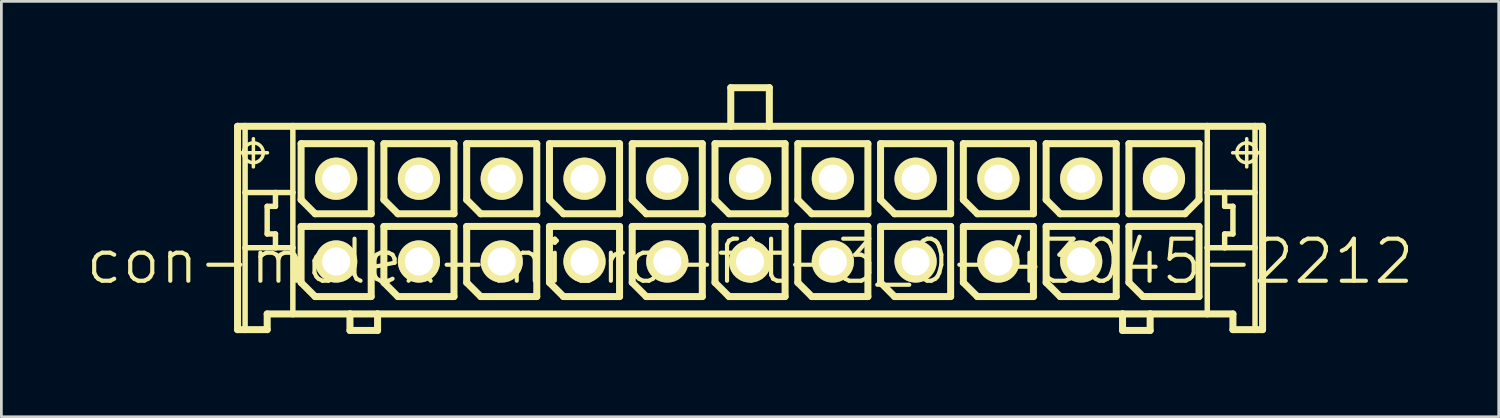
<source format=kicad_pcb>
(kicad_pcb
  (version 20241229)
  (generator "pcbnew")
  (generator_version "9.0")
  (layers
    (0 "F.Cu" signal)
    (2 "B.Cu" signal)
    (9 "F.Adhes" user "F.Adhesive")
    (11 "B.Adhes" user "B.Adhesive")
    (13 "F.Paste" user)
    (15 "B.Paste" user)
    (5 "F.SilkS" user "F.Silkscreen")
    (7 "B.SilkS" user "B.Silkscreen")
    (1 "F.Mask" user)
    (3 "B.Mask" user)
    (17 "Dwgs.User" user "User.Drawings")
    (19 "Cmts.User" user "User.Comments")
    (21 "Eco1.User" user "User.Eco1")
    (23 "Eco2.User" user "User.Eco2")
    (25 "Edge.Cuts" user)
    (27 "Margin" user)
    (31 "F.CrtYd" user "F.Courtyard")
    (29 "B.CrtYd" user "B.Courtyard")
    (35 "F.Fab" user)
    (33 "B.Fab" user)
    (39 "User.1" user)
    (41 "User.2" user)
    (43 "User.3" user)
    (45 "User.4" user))
  (footprint "con-molex-micro-fit-3_0-43045-2212"
    (layer "F.Cu")
    (at 24.13 6.426)
    (property "Reference" "con-molex-micro-fit-3_0-43045-2212" (at 0 0 0) (layer "F.SilkS") (effects (font (size 1.524 1.524) (thickness 0.15))))
    (attr exclude_from_pos_files exclude_from_bom)
    (fp_line (start -18.572 -4.9) (end -18.298 -4.9) (stroke (width 0.254) (type solid)) (layer "F.SilkS"))
    (fp_line (start -18.572 2.469) (end -18.572 -4.9) (stroke (width 0.254) (type solid)) (layer "F.SilkS"))
    (fp_line (start -18.509 -3.94) (end -17.488 -3.94) (stroke (width 0.127) (type solid)) (layer "F.SilkS"))
    (fp_line (start -18.298 -4.9) (end -16.568 -4.9) (stroke (width 0.254) (type solid)) (layer "F.SilkS"))
    (fp_line (start -18.298 -2.499) (end -18.298 -4.9) (stroke (width 0.198) (type solid)) (layer "F.SilkS"))
    (fp_line (start -18.298 -0.498) (end -18.298 -2.499) (stroke (width 0.198) (type solid)) (layer "F.SilkS"))
    (fp_line (start -18.298 2.469) (end -18.572 2.469) (stroke (width 0.254) (type solid)) (layer "F.SilkS"))
    (fp_line (start -18.298 2.469) (end -18.298 -0.498) (stroke (width 0.198) (type solid)) (layer "F.SilkS"))
    (fp_line (start -17.998 -3.429) (end -17.998 -4.448) (stroke (width 0.127) (type solid)) (layer "F.SilkS"))
    (fp_line (start -17.498 -1.999) (end -17.498 -0.998) (stroke (width 0.198) (type solid)) (layer "F.SilkS"))
    (fp_line (start -17.498 -0.998) (end -17.198 -0.998) (stroke (width 0.198) (type solid)) (layer "F.SilkS"))
    (fp_line (start -17.498 1.9) (end -17.498 2.469) (stroke (width 0.254) (type solid)) (layer "F.SilkS"))
    (fp_line (start -17.498 2.469) (end -18.298 2.469) (stroke (width 0.254) (type solid)) (layer "F.SilkS"))
    (fp_line (start -17.198 -2.499) (end -18.298 -2.499) (stroke (width 0.198) (type solid)) (layer "F.SilkS"))
    (fp_line (start -17.198 -2.499) (end -17.198 -1.999) (stroke (width 0.198) (type solid)) (layer "F.SilkS"))
    (fp_line (start -17.198 -1.999) (end -17.498 -1.999) (stroke (width 0.198) (type solid)) (layer "F.SilkS"))
    (fp_line (start -17.198 -0.998) (end -17.198 -0.498) (stroke (width 0.198) (type solid)) (layer "F.SilkS"))
    (fp_line (start -17.198 -0.498) (end -18.298 -0.498) (stroke (width 0.198) (type solid)) (layer "F.SilkS"))
    (fp_line (start -16.568 -4.9) (end -0.699 -4.9) (stroke (width 0.254) (type solid)) (layer "F.SilkS"))
    (fp_line (start -16.568 -2.499) (end -17.198 -2.499) (stroke (width 0.198) (type solid)) (layer "F.SilkS"))
    (fp_line (start -16.568 -2.499) (end -16.568 -4.9) (stroke (width 0.198) (type solid)) (layer "F.SilkS"))
    (fp_line (start -16.568 -0.498) (end -17.198 -0.498) (stroke (width 0.198) (type solid)) (layer "F.SilkS"))
    (fp_line (start -16.568 -0.498) (end -16.568 -2.499) (stroke (width 0.198) (type solid)) (layer "F.SilkS"))
    (fp_line (start -16.568 1.9) (end -17.498 1.9) (stroke (width 0.254) (type solid)) (layer "F.SilkS"))
    (fp_line (start -16.568 1.9) (end -16.568 -0.498) (stroke (width 0.198) (type solid)) (layer "F.SilkS"))
    (fp_line (start -16.269 -4.27) (end -13.729 -4.27) (stroke (width 0.254) (type solid)) (layer "F.SilkS"))
    (fp_line (start -16.269 -2.238) (end -16.269 -4.27) (stroke (width 0.254) (type solid)) (layer "F.SilkS"))
    (fp_line (start -16.269 -1.27) (end -13.729 -1.27) (stroke (width 0.254) (type solid)) (layer "F.SilkS"))
    (fp_line (start -16.269 0.762) (end -16.269 -1.27) (stroke (width 0.254) (type solid)) (layer "F.SilkS"))
    (fp_line (start -15.761 -1.73) (end -16.269 -2.238) (stroke (width 0.254) (type solid)) (layer "F.SilkS"))
    (fp_line (start -15.761 1.27) (end -16.269 0.762) (stroke (width 0.254) (type solid)) (layer "F.SilkS"))
    (fp_line (start -14.498 1.9) (end -16.568 1.9) (stroke (width 0.254) (type solid)) (layer "F.SilkS"))
    (fp_line (start -14.498 1.9) (end -14.498 2.499) (stroke (width 0.254) (type solid)) (layer "F.SilkS"))
    (fp_line (start -14.498 2.499) (end -13.498 2.499) (stroke (width 0.254) (type solid)) (layer "F.SilkS"))
    (fp_line (start -13.729 -4.27) (end -13.729 -1.73) (stroke (width 0.254) (type solid)) (layer "F.SilkS"))
    (fp_line (start -13.729 -1.73) (end -15.761 -1.73) (stroke (width 0.254) (type solid)) (layer "F.SilkS"))
    (fp_line (start -13.729 -1.27) (end -13.729 1.27) (stroke (width 0.254) (type solid)) (layer "F.SilkS"))
    (fp_line (start -13.729 1.27) (end -15.761 1.27) (stroke (width 0.254) (type solid)) (layer "F.SilkS"))
    (fp_line (start -13.498 1.9) (end -14.498 1.9) (stroke (width 0.254) (type solid)) (layer "F.SilkS"))
    (fp_line (start -13.498 2.499) (end -13.498 1.9) (stroke (width 0.254) (type solid)) (layer "F.SilkS"))
    (fp_line (start -13.269 -4.27) (end -10.729 -4.27) (stroke (width 0.254) (type solid)) (layer "F.SilkS"))
    (fp_line (start -13.269 -2.238) (end -13.269 -4.27) (stroke (width 0.254) (type solid)) (layer "F.SilkS"))
    (fp_line (start -13.269 -1.27) (end -10.729 -1.27) (stroke (width 0.254) (type solid)) (layer "F.SilkS"))
    (fp_line (start -13.269 0.762) (end -13.269 -1.27) (stroke (width 0.254) (type solid)) (layer "F.SilkS"))
    (fp_line (start -12.761 -1.73) (end -13.269 -2.238) (stroke (width 0.254) (type solid)) (layer "F.SilkS"))
    (fp_line (start -12.761 1.27) (end -13.269 0.762) (stroke (width 0.254) (type solid)) (layer "F.SilkS"))
    (fp_line (start -10.729 -4.27) (end -10.729 -1.73) (stroke (width 0.254) (type solid)) (layer "F.SilkS"))
    (fp_line (start -10.729 -1.73) (end -12.761 -1.73) (stroke (width 0.254) (type solid)) (layer "F.SilkS"))
    (fp_line (start -10.729 -1.27) (end -10.729 1.27) (stroke (width 0.254) (type solid)) (layer "F.SilkS"))
    (fp_line (start -10.729 1.27) (end -12.761 1.27) (stroke (width 0.254) (type solid)) (layer "F.SilkS"))
    (fp_line (start -10.269 -4.27) (end -7.729 -4.27) (stroke (width 0.254) (type solid)) (layer "F.SilkS"))
    (fp_line (start -10.269 -2.238) (end -10.269 -4.27) (stroke (width 0.254) (type solid)) (layer "F.SilkS"))
    (fp_line (start -10.269 -1.27) (end -7.729 -1.27) (stroke (width 0.254) (type solid)) (layer "F.SilkS"))
    (fp_line (start -10.269 0.762) (end -10.269 -1.27) (stroke (width 0.254) (type solid)) (layer "F.SilkS"))
    (fp_line (start -9.761 -1.73) (end -10.269 -2.238) (stroke (width 0.254) (type solid)) (layer "F.SilkS"))
    (fp_line (start -9.761 1.27) (end -10.269 0.762) (stroke (width 0.254) (type solid)) (layer "F.SilkS"))
    (fp_line (start -7.729 -4.27) (end -7.729 -1.73) (stroke (width 0.254) (type solid)) (layer "F.SilkS"))
    (fp_line (start -7.729 -1.73) (end -9.761 -1.73) (stroke (width 0.254) (type solid)) (layer "F.SilkS"))
    (fp_line (start -7.729 -1.27) (end -7.729 1.27) (stroke (width 0.254) (type solid)) (layer "F.SilkS"))
    (fp_line (start -7.729 1.27) (end -9.761 1.27) (stroke (width 0.254) (type solid)) (layer "F.SilkS"))
    (fp_line (start -7.269 -4.27) (end -4.729 -4.27) (stroke (width 0.254) (type solid)) (layer "F.SilkS"))
    (fp_line (start -7.269 -2.238) (end -7.269 -4.27) (stroke (width 0.254) (type solid)) (layer "F.SilkS"))
    (fp_line (start -7.269 -1.27) (end -4.729 -1.27) (stroke (width 0.254) (type solid)) (layer "F.SilkS"))
    (fp_line (start -7.269 0.762) (end -7.269 -1.27) (stroke (width 0.254) (type solid)) (layer "F.SilkS"))
    (fp_line (start -6.761 -1.73) (end -7.269 -2.238) (stroke (width 0.254) (type solid)) (layer "F.SilkS"))
    (fp_line (start -6.761 1.27) (end -7.269 0.762) (stroke (width 0.254) (type solid)) (layer "F.SilkS"))
    (fp_line (start -4.729 -4.27) (end -4.729 -1.73) (stroke (width 0.254) (type solid)) (layer "F.SilkS"))
    (fp_line (start -4.729 -1.73) (end -6.761 -1.73) (stroke (width 0.254) (type solid)) (layer "F.SilkS"))
    (fp_line (start -4.729 -1.27) (end -4.729 1.27) (stroke (width 0.254) (type solid)) (layer "F.SilkS"))
    (fp_line (start -4.729 1.27) (end -6.761 1.27) (stroke (width 0.254) (type solid)) (layer "F.SilkS"))
    (fp_line (start -4.27 -4.27) (end -1.73 -4.27) (stroke (width 0.254) (type solid)) (layer "F.SilkS"))
    (fp_line (start -4.27 -2.238) (end -4.27 -4.27) (stroke (width 0.254) (type solid)) (layer "F.SilkS"))
    (fp_line (start -4.27 -1.27) (end -1.73 -1.27) (stroke (width 0.254) (type solid)) (layer "F.SilkS"))
    (fp_line (start -4.27 0.762) (end -4.27 -1.27) (stroke (width 0.254) (type solid)) (layer "F.SilkS"))
    (fp_line (start -3.762 -1.73) (end -4.27 -2.238) (stroke (width 0.254) (type solid)) (layer "F.SilkS"))
    (fp_line (start -3.762 1.27) (end -4.27 0.762) (stroke (width 0.254) (type solid)) (layer "F.SilkS"))
    (fp_line (start -1.73 -4.27) (end -1.73 -1.73) (stroke (width 0.254) (type solid)) (layer "F.SilkS"))
    (fp_line (start -1.73 -1.73) (end -3.762 -1.73) (stroke (width 0.254) (type solid)) (layer "F.SilkS"))
    (fp_line (start -1.73 -1.27) (end -1.73 1.27) (stroke (width 0.254) (type solid)) (layer "F.SilkS"))
    (fp_line (start -1.73 1.27) (end -3.762 1.27) (stroke (width 0.254) (type solid)) (layer "F.SilkS"))
    (fp_line (start -1.27 -4.27) (end 1.27 -4.27) (stroke (width 0.254) (type solid)) (layer "F.SilkS"))
    (fp_line (start -1.27 -2.238) (end -1.27 -4.27) (stroke (width 0.254) (type solid)) (layer "F.SilkS"))
    (fp_line (start -1.27 -1.27) (end 1.27 -1.27) (stroke (width 0.254) (type solid)) (layer "F.SilkS"))
    (fp_line (start -1.27 0.762) (end -1.27 -1.27) (stroke (width 0.254) (type solid)) (layer "F.SilkS"))
    (fp_line (start -0.762 -1.73) (end -1.27 -2.238) (stroke (width 0.254) (type solid)) (layer "F.SilkS"))
    (fp_line (start -0.762 1.27) (end -1.27 0.762) (stroke (width 0.254) (type solid)) (layer "F.SilkS"))
    (fp_line (start -0.699 -6.299) (end -0.699 -4.9) (stroke (width 0.254) (type solid)) (layer "F.SilkS"))
    (fp_line (start -0.699 -6.299) (end 0.699 -6.299) (stroke (width 0.254) (type solid)) (layer "F.SilkS"))
    (fp_line (start -0.699 -4.9) (end 0.699 -4.9) (stroke (width 0.254) (type solid)) (layer "F.SilkS"))
    (fp_line (start 0.699 -6.299) (end 0.699 -4.9) (stroke (width 0.254) (type solid)) (layer "F.SilkS"))
    (fp_line (start 0.699 -4.9) (end 16.568 -4.9) (stroke (width 0.254) (type solid)) (layer "F.SilkS"))
    (fp_line (start 1.27 -4.27) (end 1.27 -1.73) (stroke (width 0.254) (type solid)) (layer "F.SilkS"))
    (fp_line (start 1.27 -1.73) (end -0.762 -1.73) (stroke (width 0.254) (type solid)) (layer "F.SilkS"))
    (fp_line (start 1.27 -1.27) (end 1.27 1.27) (stroke (width 0.254) (type solid)) (layer "F.SilkS"))
    (fp_line (start 1.27 1.27) (end -0.762 1.27) (stroke (width 0.254) (type solid)) (layer "F.SilkS"))
    (fp_line (start 1.73 -4.27) (end 4.27 -4.27) (stroke (width 0.254) (type solid)) (layer "F.SilkS"))
    (fp_line (start 1.73 -2.238) (end 1.73 -4.27) (stroke (width 0.254) (type solid)) (layer "F.SilkS"))
    (fp_line (start 1.73 -1.27) (end 4.27 -1.27) (stroke (width 0.254) (type solid)) (layer "F.SilkS"))
    (fp_line (start 1.73 0.762) (end 1.73 -1.27) (stroke (width 0.254) (type solid)) (layer "F.SilkS"))
    (fp_line (start 2.238 -1.73) (end 1.73 -2.238) (stroke (width 0.254) (type solid)) (layer "F.SilkS"))
    (fp_line (start 2.238 1.27) (end 1.73 0.762) (stroke (width 0.254) (type solid)) (layer "F.SilkS"))
    (fp_line (start 4.27 -4.27) (end 4.27 -1.73) (stroke (width 0.254) (type solid)) (layer "F.SilkS"))
    (fp_line (start 4.27 -1.73) (end 2.238 -1.73) (stroke (width 0.254) (type solid)) (layer "F.SilkS"))
    (fp_line (start 4.27 -1.27) (end 4.27 1.27) (stroke (width 0.254) (type solid)) (layer "F.SilkS"))
    (fp_line (start 4.27 1.27) (end 2.238 1.27) (stroke (width 0.254) (type solid)) (layer "F.SilkS"))
    (fp_line (start 4.729 -4.27) (end 7.269 -4.27) (stroke (width 0.254) (type solid)) (layer "F.SilkS"))
    (fp_line (start 4.729 -2.238) (end 4.729 -4.27) (stroke (width 0.254) (type solid)) (layer "F.SilkS"))
    (fp_line (start 4.729 -1.27) (end 7.269 -1.27) (stroke (width 0.254) (type solid)) (layer "F.SilkS"))
    (fp_line (start 4.729 0.762) (end 4.729 -1.27) (stroke (width 0.254) (type solid)) (layer "F.SilkS"))
    (fp_line (start 5.237 -1.73) (end 4.729 -2.238) (stroke (width 0.254) (type solid)) (layer "F.SilkS"))
    (fp_line (start 5.237 1.27) (end 4.729 0.762) (stroke (width 0.254) (type solid)) (layer "F.SilkS"))
    (fp_line (start 7.269 -4.27) (end 7.269 -1.73) (stroke (width 0.254) (type solid)) (layer "F.SilkS"))
    (fp_line (start 7.269 -1.73) (end 5.237 -1.73) (stroke (width 0.254) (type solid)) (layer "F.SilkS"))
    (fp_line (start 7.269 -1.27) (end 7.269 1.27) (stroke (width 0.254) (type solid)) (layer "F.SilkS"))
    (fp_line (start 7.269 1.27) (end 5.237 1.27) (stroke (width 0.254) (type solid)) (layer "F.SilkS"))
    (fp_line (start 7.729 -4.27) (end 10.269 -4.27) (stroke (width 0.254) (type solid)) (layer "F.SilkS"))
    (fp_line (start 7.729 -2.238) (end 7.729 -4.27) (stroke (width 0.254) (type solid)) (layer "F.SilkS"))
    (fp_line (start 7.729 -1.27) (end 10.269 -1.27) (stroke (width 0.254) (type solid)) (layer "F.SilkS"))
    (fp_line (start 7.729 0.762) (end 7.729 -1.27) (stroke (width 0.254) (type solid)) (layer "F.SilkS"))
    (fp_line (start 8.237 -1.73) (end 7.729 -2.238) (stroke (width 0.254) (type solid)) (layer "F.SilkS"))
    (fp_line (start 8.237 1.27) (end 7.729 0.762) (stroke (width 0.254) (type solid)) (layer "F.SilkS"))
    (fp_line (start 10.269 -4.27) (end 10.269 -1.73) (stroke (width 0.254) (type solid)) (layer "F.SilkS"))
    (fp_line (start 10.269 -1.73) (end 8.237 -1.73) (stroke (width 0.254) (type solid)) (layer "F.SilkS"))
    (fp_line (start 10.269 -1.27) (end 10.269 1.27) (stroke (width 0.254) (type solid)) (layer "F.SilkS"))
    (fp_line (start 10.269 1.27) (end 8.237 1.27) (stroke (width 0.254) (type solid)) (layer "F.SilkS"))
    (fp_line (start 10.729 -4.27) (end 13.269 -4.27) (stroke (width 0.254) (type solid)) (layer "F.SilkS"))
    (fp_line (start 10.729 -2.238) (end 10.729 -4.27) (stroke (width 0.254) (type solid)) (layer "F.SilkS"))
    (fp_line (start 10.729 -1.27) (end 13.269 -1.27) (stroke (width 0.254) (type solid)) (layer "F.SilkS"))
    (fp_line (start 10.729 0.762) (end 10.729 -1.27) (stroke (width 0.254) (type solid)) (layer "F.SilkS"))
    (fp_line (start 11.237 -1.73) (end 10.729 -2.238) (stroke (width 0.254) (type solid)) (layer "F.SilkS"))
    (fp_line (start 11.237 1.27) (end 10.729 0.762) (stroke (width 0.254) (type solid)) (layer "F.SilkS"))
    (fp_line (start 13.269 -4.27) (end 13.269 -1.73) (stroke (width 0.254) (type solid)) (layer "F.SilkS"))
    (fp_line (start 13.269 -1.73) (end 11.237 -1.73) (stroke (width 0.254) (type solid)) (layer "F.SilkS"))
    (fp_line (start 13.269 -1.27) (end 13.269 1.27) (stroke (width 0.254) (type solid)) (layer "F.SilkS"))
    (fp_line (start 13.269 1.27) (end 11.237 1.27) (stroke (width 0.254) (type solid)) (layer "F.SilkS"))
    (fp_line (start 13.498 1.9) (end -13.498 1.9) (stroke (width 0.254) (type solid)) (layer "F.SilkS"))
    (fp_line (start 13.498 1.9) (end 13.498 2.499) (stroke (width 0.254) (type solid)) (layer "F.SilkS"))
    (fp_line (start 13.498 2.499) (end 14.498 2.499) (stroke (width 0.254) (type solid)) (layer "F.SilkS"))
    (fp_line (start 13.729 -4.27) (end 13.729 -1.73) (stroke (width 0.254) (type solid)) (layer "F.SilkS"))
    (fp_line (start 13.729 -1.73) (end 15.761 -1.73) (stroke (width 0.254) (type solid)) (layer "F.SilkS"))
    (fp_line (start 13.729 -1.27) (end 16.269 -1.27) (stroke (width 0.254) (type solid)) (layer "F.SilkS"))
    (fp_line (start 13.729 0.762) (end 13.729 -1.27) (stroke (width 0.254) (type solid)) (layer "F.SilkS"))
    (fp_line (start 14.237 1.27) (end 13.729 0.762) (stroke (width 0.254) (type solid)) (layer "F.SilkS"))
    (fp_line (start 14.498 1.9) (end 13.498 1.9) (stroke (width 0.254) (type solid)) (layer "F.SilkS"))
    (fp_line (start 14.498 2.499) (end 14.498 1.9) (stroke (width 0.254) (type solid)) (layer "F.SilkS"))
    (fp_line (start 15.761 -1.73) (end 16.269 -2.238) (stroke (width 0.254) (type solid)) (layer "F.SilkS"))
    (fp_line (start 16.269 -4.27) (end 13.729 -4.27) (stroke (width 0.254) (type solid)) (layer "F.SilkS"))
    (fp_line (start 16.269 -2.238) (end 16.269 -4.27) (stroke (width 0.254) (type solid)) (layer "F.SilkS"))
    (fp_line (start 16.269 -1.27) (end 16.269 1.27) (stroke (width 0.254) (type solid)) (layer "F.SilkS"))
    (fp_line (start 16.269 1.27) (end 14.237 1.27) (stroke (width 0.254) (type solid)) (layer "F.SilkS"))
    (fp_line (start 16.568 -4.9) (end 16.568 -2.499) (stroke (width 0.198) (type solid)) (layer "F.SilkS"))
    (fp_line (start 16.568 -4.9) (end 18.298 -4.9) (stroke (width 0.254) (type solid)) (layer "F.SilkS"))
    (fp_line (start 16.568 -2.499) (end 16.568 -0.498) (stroke (width 0.198) (type solid)) (layer "F.SilkS"))
    (fp_line (start 16.568 -2.499) (end 17.198 -2.499) (stroke (width 0.198) (type solid)) (layer "F.SilkS"))
    (fp_line (start 16.568 -0.498) (end 16.568 1.9) (stroke (width 0.198) (type solid)) (layer "F.SilkS"))
    (fp_line (start 16.568 -0.498) (end 17.198 -0.498) (stroke (width 0.198) (type solid)) (layer "F.SilkS"))
    (fp_line (start 16.568 1.9) (end 14.498 1.9) (stroke (width 0.254) (type solid)) (layer "F.SilkS"))
    (fp_line (start 17.198 -2.499) (end 17.198 -1.999) (stroke (width 0.198) (type solid)) (layer "F.SilkS"))
    (fp_line (start 17.198 -2.499) (end 18.298 -2.499) (stroke (width 0.198) (type solid)) (layer "F.SilkS"))
    (fp_line (start 17.198 -1.999) (end 17.498 -1.999) (stroke (width 0.198) (type solid)) (layer "F.SilkS"))
    (fp_line (start 17.198 -0.998) (end 17.198 -0.498) (stroke (width 0.198) (type solid)) (layer "F.SilkS"))
    (fp_line (start 17.198 -0.498) (end 18.298 -0.498) (stroke (width 0.198) (type solid)) (layer "F.SilkS"))
    (fp_line (start 17.488 -3.94) (end 18.509 -3.94) (stroke (width 0.127) (type solid)) (layer "F.SilkS"))
    (fp_line (start 17.498 -1.999) (end 17.498 -0.998) (stroke (width 0.198) (type solid)) (layer "F.SilkS"))
    (fp_line (start 17.498 -0.998) (end 17.198 -0.998) (stroke (width 0.198) (type solid)) (layer "F.SilkS"))
    (fp_line (start 17.498 1.9) (end 16.568 1.9) (stroke (width 0.254) (type solid)) (layer "F.SilkS"))
    (fp_line (start 17.498 2.469) (end 17.498 1.9) (stroke (width 0.254) (type solid)) (layer "F.SilkS"))
    (fp_line (start 17.498 2.469) (end 18.298 2.469) (stroke (width 0.254) (type solid)) (layer "F.SilkS"))
    (fp_line (start 17.998 -3.429) (end 17.998 -4.448) (stroke (width 0.127) (type solid)) (layer "F.SilkS"))
    (fp_line (start 18.298 -4.9) (end 18.572 -4.9) (stroke (width 0.254) (type solid)) (layer "F.SilkS"))
    (fp_line (start 18.298 -2.499) (end 18.298 -4.9) (stroke (width 0.198) (type solid)) (layer "F.SilkS"))
    (fp_line (start 18.298 -0.498) (end 18.298 -2.499) (stroke (width 0.198) (type solid)) (layer "F.SilkS"))
    (fp_line (start 18.298 2.469) (end 18.298 -0.498) (stroke (width 0.198) (type solid)) (layer "F.SilkS"))
    (fp_line (start 18.298 2.469) (end 18.572 2.469) (stroke (width 0.254) (type solid)) (layer "F.SilkS"))
    (fp_line (start 18.572 -4.9) (end 18.572 2.469) (stroke (width 0.254) (type solid)) (layer "F.SilkS"))
    (fp_circle (center -17.998 -3.94) (end -18.252 -4.194) (stroke (width 0.127) (type solid)) (fill no) (layer "F.SilkS"))
    (fp_circle (center 17.998 -3.94) (end 18.252 -4.194) (stroke (width 0.127) (type solid)) (fill no) (layer "F.SilkS"))
    (pad "P$1" thru_hole rect (at 14.999 0) (size 0.001 0.001) (drill 1.019) (layers "*.Cu" "F.Mask" "F.SilkS" "F.Paste"))
    (pad "P$2" thru_hole circle (at 11.999 0) (size 1.529 1.529) (drill 1.019) (layers "*.Cu" "F.Mask" "F.SilkS" "F.Paste"))
    (pad "P$3" thru_hole circle (at 8.999 0) (size 1.529 1.529) (drill 1.019) (layers "*.Cu" "F.Mask" "F.SilkS" "F.Paste"))
    (pad "P$4" thru_hole circle (at 5.999 0) (size 1.529 1.529) (drill 1.019) (layers "*.Cu" "F.Mask" "F.SilkS" "F.Paste"))
    (pad "P$5" thru_hole circle (at 3 0) (size 1.529 1.529) (drill 1.019) (layers "*.Cu" "F.Mask" "F.SilkS" "F.Paste"))
    (pad "P$6" thru_hole circle (at 0 0) (size 1.529 1.529) (drill 1.019) (layers "*.Cu" "F.Mask" "F.SilkS" "F.Paste"))
    (pad "P$7" thru_hole circle (at -3 0) (size 1.529 1.529) (drill 1.019) (layers "*.Cu" "F.Mask" "F.SilkS" "F.Paste"))
    (pad "P$8" thru_hole circle (at -5.999 0) (size 1.529 1.529) (drill 1.019) (layers "*.Cu" "F.Mask" "F.SilkS" "F.Paste"))
    (pad "P$9" thru_hole circle (at -8.999 0) (size 1.529 1.529) (drill 1.019) (layers "*.Cu" "F.Mask" "F.SilkS" "F.Paste"))
    (pad "P$10" thru_hole circle (at -11.999 0) (size 1.529 1.529) (drill 1.019) (layers "*.Cu" "F.Mask" "F.SilkS" "F.Paste"))
    (pad "P$11" thru_hole circle (at -14.999 0) (size 1.529 1.529) (drill 1.019) (layers "*.Cu" "F.Mask" "F.SilkS" "F.Paste"))
    (pad "P$12" thru_hole circle (at 14.999 -3) (size 1.529 1.529) (drill 1.019) (layers "*.Cu" "F.Mask" "F.SilkS" "F.Paste"))
    (pad "P$13" thru_hole circle (at 11.999 -3) (size 1.529 1.529) (drill 1.019) (layers "*.Cu" "F.Mask" "F.SilkS" "F.Paste"))
    (pad "P$14" thru_hole circle (at 8.999 -3) (size 1.529 1.529) (drill 1.019) (layers "*.Cu" "F.Mask" "F.SilkS" "F.Paste"))
    (pad "P$15" thru_hole circle (at 5.999 -3) (size 1.529 1.529) (drill 1.019) (layers "*.Cu" "F.Mask" "F.SilkS" "F.Paste"))
    (pad "P$16" thru_hole circle (at 3 -3) (size 1.529 1.529) (drill 1.019) (layers "*.Cu" "F.Mask" "F.SilkS" "F.Paste"))
    (pad "P$17" thru_hole circle (at 0 -3) (size 1.529 1.529) (drill 1.019) (layers "*.Cu" "F.Mask" "F.SilkS" "F.Paste"))
    (pad "P$18" thru_hole circle (at -3 -3) (size 1.529 1.529) (drill 1.019) (layers "*.Cu" "F.Mask" "F.SilkS" "F.Paste"))
    (pad "P$19" thru_hole circle (at -5.999 -3) (size 1.529 1.529) (drill 1.019) (layers "*.Cu" "F.Mask" "F.SilkS" "F.Paste"))
    (pad "P$20" thru_hole circle (at -8.999 -3) (size 1.529 1.529) (drill 1.019) (layers "*.Cu" "F.Mask" "F.SilkS" "F.Paste"))
    (pad "P$21" thru_hole circle (at -11.999 -3) (size 1.529 1.529) (drill 1.019) (layers "*.Cu" "F.Mask" "F.SilkS" "F.Paste"))
    (pad "P$22" thru_hole circle (at -14.999 -3) (size 1.529 1.529) (drill 1.019) (layers "*.Cu" "F.Mask" "F.SilkS" "F.Paste")))
  (gr_rect
    (start -3 -3)
    (end 51.26 12.053)
    (stroke (width 0.1) (type default))
    (fill no)
    (layer "Edge.Cuts")))
</source>
